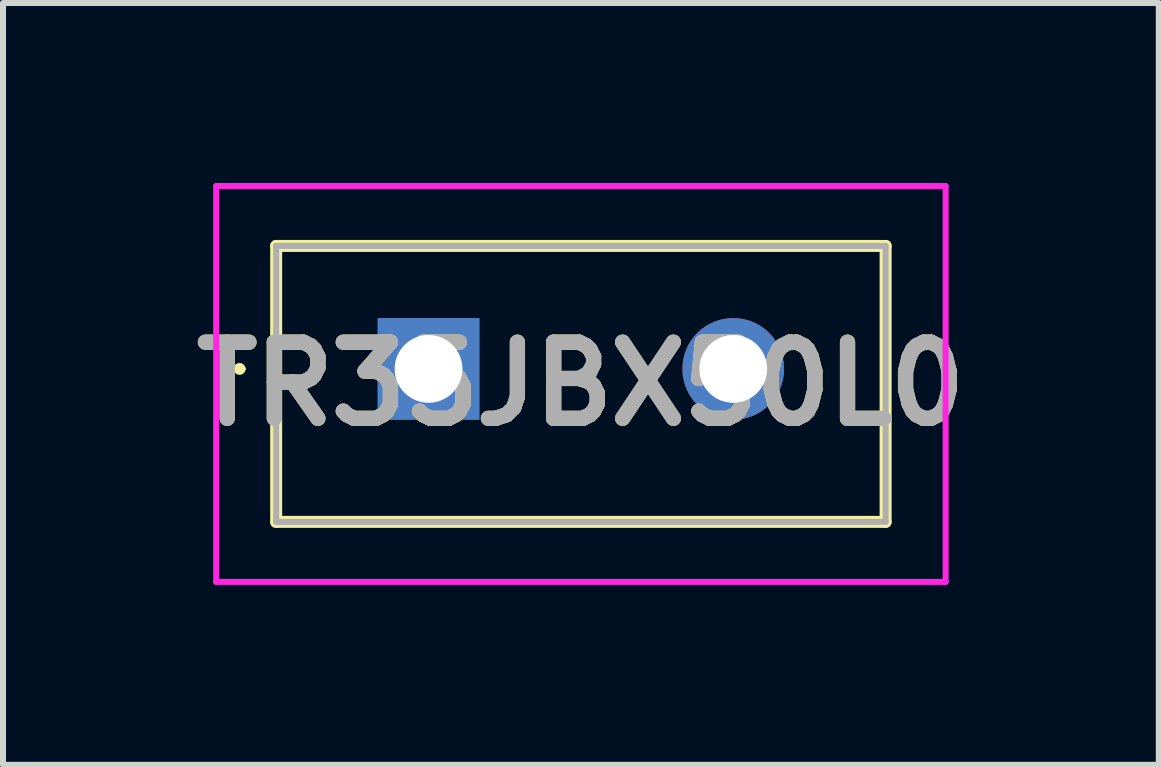
<source format=kicad_pcb>
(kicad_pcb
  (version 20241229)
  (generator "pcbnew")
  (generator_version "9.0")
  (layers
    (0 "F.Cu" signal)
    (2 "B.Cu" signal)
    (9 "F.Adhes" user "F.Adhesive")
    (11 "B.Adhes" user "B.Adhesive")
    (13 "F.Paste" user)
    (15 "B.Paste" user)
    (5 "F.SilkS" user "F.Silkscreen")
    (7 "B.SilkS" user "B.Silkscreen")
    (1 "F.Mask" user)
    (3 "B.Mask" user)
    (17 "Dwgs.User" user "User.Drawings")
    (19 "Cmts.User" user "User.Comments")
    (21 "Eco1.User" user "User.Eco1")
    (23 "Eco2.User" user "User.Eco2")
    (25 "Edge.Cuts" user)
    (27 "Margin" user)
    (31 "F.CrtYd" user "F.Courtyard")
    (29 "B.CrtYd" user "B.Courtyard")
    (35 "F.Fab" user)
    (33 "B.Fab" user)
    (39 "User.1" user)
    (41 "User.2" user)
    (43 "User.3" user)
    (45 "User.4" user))
  (footprint "TR35JBX50L0"
    (layer "F.Cu")
    (at 4.094 3.1)
    (property "Reference" "TR35JBX50L0" (at 2.54 0.25 0) (layer "F.SilkS") (effects (font (size 1.27 1.27) (thickness 0.254))))
    (attr through_hole)
    (fp_line (start -3.2 0) (end -3.2 0) (stroke (width 0.1) (type solid)) (layer "F.SilkS"))
    (fp_line (start -3.1 0) (end -3.1 0) (stroke (width 0.1) (type solid)) (layer "F.SilkS"))
    (fp_line (start -2.54 -2.05) (end -2.54 2.55) (stroke (width 0.2) (type solid)) (layer "F.SilkS"))
    (fp_line (start -2.54 2.55) (end 7.62 2.55) (stroke (width 0.2) (type solid)) (layer "F.SilkS"))
    (fp_line (start 7.62 -2.05) (end -2.54 -2.05) (stroke (width 0.2) (type solid)) (layer "F.SilkS"))
    (fp_line (start 7.62 2.55) (end 7.62 -2.05) (stroke (width 0.2) (type solid)) (layer "F.SilkS"))
    (fp_arc (start -3.2 0) (mid -3.15 -0.05) (end -3.1 0) (stroke (width 0.1) (type solid)) (layer "F.SilkS"))
    (fp_arc (start -3.1 0) (mid -3.15 0.05) (end -3.2 0) (stroke (width 0.1) (type solid)) (layer "F.SilkS"))
    (fp_line (start -3.54 -3.05) (end -3.54 3.55) (stroke (width 0.1) (type solid)) (layer "F.CrtYd"))
    (fp_line (start -3.54 3.55) (end 8.62 3.55) (stroke (width 0.1) (type solid)) (layer "F.CrtYd"))
    (fp_line (start 8.62 -3.05) (end -3.54 -3.05) (stroke (width 0.1) (type solid)) (layer "F.CrtYd"))
    (fp_line (start 8.62 3.55) (end 8.62 -3.05) (stroke (width 0.1) (type solid)) (layer "F.CrtYd"))
    (fp_line (start -2.54 -2.05) (end -2.54 2.55) (stroke (width 0.1) (type solid)) (layer "F.Fab"))
    (fp_line (start -2.54 2.55) (end 7.62 2.55) (stroke (width 0.1) (type solid)) (layer "F.Fab"))
    (fp_line (start 7.62 -2.05) (end -2.54 -2.05) (stroke (width 0.1) (type solid)) (layer "F.Fab"))
    (fp_line (start 7.62 2.55) (end 7.62 -2.05) (stroke (width 0.1) (type solid)) (layer "F.Fab"))
    (fp_text user "${REFERENCE}" (at 2.54 0.25 0) (layer "F.Fab") (effects (font (size 1.27 1.27) (thickness 0.254))))
    (pad "1" thru_hole rect (at 0 0) (size 1.695 1.695) (drill 1.13) (layers "*.Cu" "*.Mask"))
    (pad "2" thru_hole circle (at 5.08 0) (size 1.695 1.695) (drill 1.13) (layers "*.Cu" "*.Mask")))
  (gr_rect
    (start -3 -3)
    (end 16.268 9.7)
    (stroke (width 0.1) (type default))
    (fill no)
    (layer "Edge.Cuts")))
</source>
